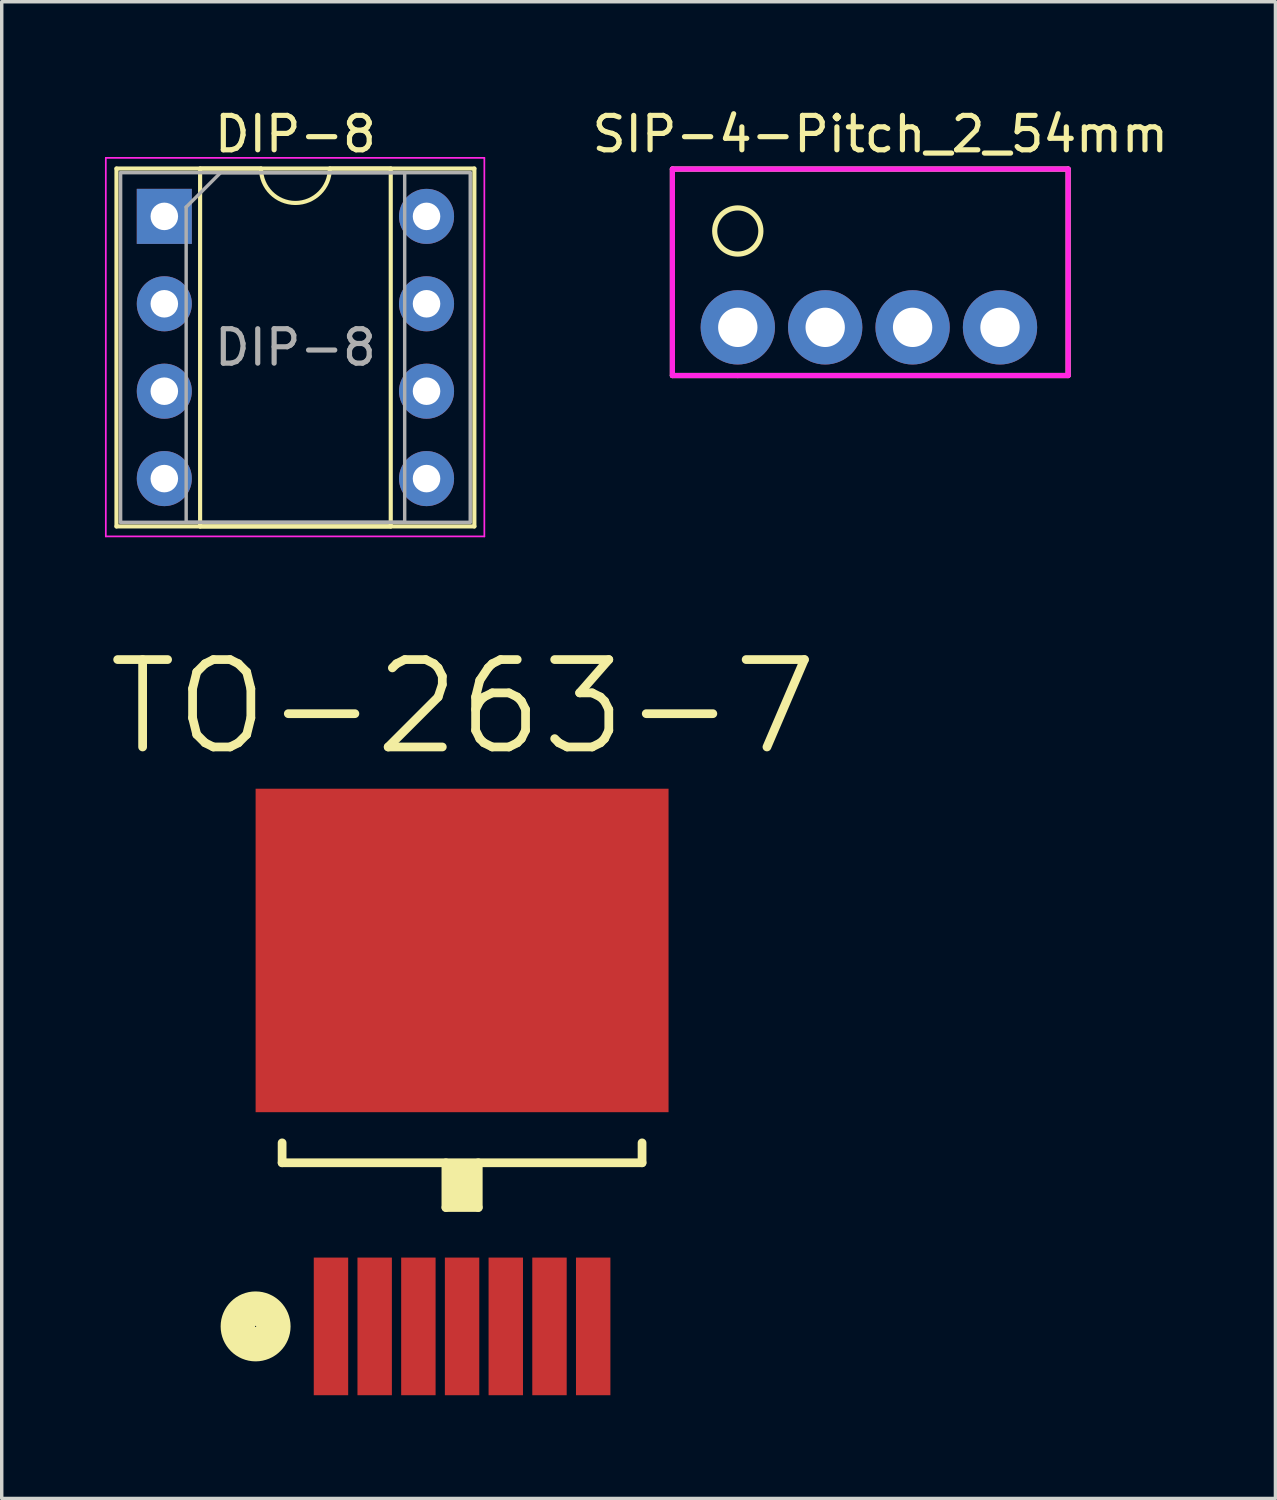
<source format=kicad_pcb>
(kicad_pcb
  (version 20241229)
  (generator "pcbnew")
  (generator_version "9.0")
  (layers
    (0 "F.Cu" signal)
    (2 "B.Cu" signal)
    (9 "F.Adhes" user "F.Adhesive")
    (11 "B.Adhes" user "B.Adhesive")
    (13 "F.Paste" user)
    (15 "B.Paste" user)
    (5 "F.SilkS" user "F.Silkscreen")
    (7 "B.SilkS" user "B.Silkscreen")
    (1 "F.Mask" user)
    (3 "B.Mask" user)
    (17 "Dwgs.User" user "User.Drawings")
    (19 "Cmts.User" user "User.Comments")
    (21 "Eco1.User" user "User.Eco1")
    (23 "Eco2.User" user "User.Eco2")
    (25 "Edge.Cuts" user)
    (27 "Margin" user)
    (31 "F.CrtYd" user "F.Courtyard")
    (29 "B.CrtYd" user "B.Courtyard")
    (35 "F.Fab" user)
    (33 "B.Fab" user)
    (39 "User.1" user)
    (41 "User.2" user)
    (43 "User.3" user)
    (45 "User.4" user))
  (footprint "SIP-4-Pitch_2_54mm"
    (layer "F.Cu")
    (at 18.39 6.463)
    (property "Reference" "SIP-4-Pitch_2_54mm" (at 4.142 -5.615 0) (layer "F.SilkS") (effects (font (size 1 1) (thickness 0.15))))
    (attr through_hole)
    (fp_line (start -1.9 -4.6) (end -1.9 1.4) (stroke (width 0.15) (type solid)) (layer "F.SilkS"))
    (fp_line (start -1.9 -4.6) (end 9.6 -4.6) (stroke (width 0.15) (type solid)) (layer "F.SilkS"))
    (fp_line (start 0 1.4) (end -1.9 1.4) (stroke (width 0.15) (type solid)) (layer "F.SilkS"))
    (fp_line (start 9.6 -4.6) (end 9.6 1.4) (stroke (width 0.15) (type solid)) (layer "F.SilkS"))
    (fp_line (start 9.6 1.4) (end 0 1.4) (stroke (width 0.15) (type solid)) (layer "F.SilkS"))
    (fp_circle (center 0 -2.8) (end 0.6 -2.5) (stroke (width 0.15) (type solid)) (fill no) (layer "F.SilkS"))
    (fp_line (start -1.9 -4.6) (end -1.9 1.4) (stroke (width 0.15) (type solid)) (layer "F.CrtYd"))
    (fp_line (start -1.9 1.4) (end 9.6 1.4) (stroke (width 0.15) (type solid)) (layer "F.CrtYd"))
    (fp_line (start 9.6 -4.6) (end -1.9 -4.6) (stroke (width 0.15) (type solid)) (layer "F.CrtYd"))
    (fp_line (start 9.6 1.4) (end 9.6 -4.6) (stroke (width 0.15) (type solid)) (layer "F.CrtYd"))
    (pad "1" thru_hole circle (at 0 0) (size 2.159 2.159) (drill 1.143) (layers "*.Cu" "*.Mask"))
    (pad "2" thru_hole circle (at 2.54 0) (size 2.159 2.159) (drill 1.143) (layers "*.Cu" "*.Mask"))
    (pad "3" thru_hole circle (at 5.08 0) (size 2.159 2.159) (drill 1.143) (layers "*.Cu" "*.Mask"))
    (pad "4" thru_hole circle (at 7.62 0) (size 2.159 2.159) (drill 1.143) (layers "*.Cu" "*.Mask")))
  (footprint "TO-263-7"
    (layer "F.Cu")
    (at 10.378 35.495)
    (property "Reference" "TO-263-7" (at 0.03 -18 0) (layer "F.SilkS") (effects (font (size 2.54 2.54) (thickness 0.254))))
    (attr through_hole)
    (fp_line (start -5.23 -4.755) (end -5.23 -5.334) (stroke (width 0.254) (type solid)) (layer "F.SilkS"))
    (fp_line (start -5.23 -4.755) (end 5.23 -4.755) (stroke (width 0.254) (type solid)) (layer "F.SilkS"))
    (fp_line (start -0.47 -4.755) (end -0.47 -3.455) (stroke (width 0.254) (type solid)) (layer "F.SilkS"))
    (fp_line (start -0.47 -3.455) (end 0.47 -3.455) (stroke (width 0.254) (type solid)) (layer "F.SilkS"))
    (fp_line (start -0.37 -4.46) (end 0.3 -4.48) (stroke (width 0.254) (type solid)) (layer "F.SilkS"))
    (fp_line (start -0.37 -3.61) (end 0.37 -3.6) (stroke (width 0.254) (type solid)) (layer "F.SilkS"))
    (fp_line (start -0.35 -4.15) (end 0.37 -4.15) (stroke (width 0.254) (type solid)) (layer "F.SilkS"))
    (fp_line (start -0.34 -3.96) (end 0.36 -3.99) (stroke (width 0.254) (type solid)) (layer "F.SilkS"))
    (fp_line (start -0.33 -4.58) (end 0.33 -4.59) (stroke (width 0.254) (type solid)) (layer "F.SilkS"))
    (fp_line (start -0.33 -4.3) (end 0.36 -4.31) (stroke (width 0.254) (type solid)) (layer "F.SilkS"))
    (fp_line (start -0.33 -3.76) (end 0.36 -3.81) (stroke (width 0.254) (type solid)) (layer "F.SilkS"))
    (fp_line (start 0.3 -4.48) (end -0.33 -4.58) (stroke (width 0.254) (type solid)) (layer "F.SilkS"))
    (fp_line (start 0.36 -4.31) (end -0.37 -4.46) (stroke (width 0.254) (type solid)) (layer "F.SilkS"))
    (fp_line (start 0.36 -3.99) (end -0.35 -4.15) (stroke (width 0.254) (type solid)) (layer "F.SilkS"))
    (fp_line (start 0.36 -3.81) (end -0.34 -3.96) (stroke (width 0.254) (type solid)) (layer "F.SilkS"))
    (fp_line (start 0.37 -4.15) (end -0.33 -4.3) (stroke (width 0.254) (type solid)) (layer "F.SilkS"))
    (fp_line (start 0.37 -3.6) (end -0.33 -3.76) (stroke (width 0.254) (type solid)) (layer "F.SilkS"))
    (fp_line (start 0.47 -4.755) (end 0.47 -3.455) (stroke (width 0.254) (type solid)) (layer "F.SilkS"))
    (fp_line (start 5.23 -4.755) (end 5.23 -5.334) (stroke (width 0.254) (type solid)) (layer "F.SilkS"))
    (fp_circle (center -6 0) (end -5.63 -0.36) (stroke (width 1) (type solid)) (fill no) (layer "F.SilkS"))
    (pad "1" smd rect (at -3.81 0) (size 1 4) (layers "F.Cu" "F.Mask" "F.Paste"))
    (pad "2" smd rect (at -2.54 0) (size 1 4) (layers "F.Cu" "F.Mask" "F.Paste"))
    (pad "3" smd rect (at -1.27 0) (size 1 4) (layers "F.Cu" "F.Mask" "F.Paste"))
    (pad "4" smd rect (at 0 0) (size 1 4) (layers "F.Cu" "F.Mask" "F.Paste"))
    (pad "5" smd rect (at 1.27 0) (size 1 4) (layers "F.Cu" "F.Mask" "F.Paste"))
    (pad "6" smd rect (at 2.54 0) (size 1 4) (layers "F.Cu" "F.Mask" "F.Paste"))
    (pad "7" smd rect (at 3.81 0) (size 1 4) (layers "F.Cu" "F.Mask" "F.Paste"))
    (pad "8" smd rect (at 0 -10.925) (size 12 9.4) (layers "F.Cu" "F.Mask" "F.Paste")))
  (footprint "DIP-8"
    (layer "F.Cu")
    (at 1.725 3.238)
    (property "Reference" "DIP-8" (at 3.81 -2.39 0) (layer "F.SilkS") (effects (font (size 1 1) (thickness 0.15))))
    (attr through_hole)
    (fp_line (start -1.39 -1.39) (end -1.39 9.01) (stroke (width 0.12) (type solid)) (layer "F.SilkS"))
    (fp_line (start -1.39 9.01) (end 9.01 9.01) (stroke (width 0.12) (type solid)) (layer "F.SilkS"))
    (fp_line (start 1.04 -1.39) (end 1.04 9.01) (stroke (width 0.12) (type solid)) (layer "F.SilkS"))
    (fp_line (start 1.04 9.01) (end 6.58 9.01) (stroke (width 0.12) (type solid)) (layer "F.SilkS"))
    (fp_line (start 2.81 -1.39) (end 1.04 -1.39) (stroke (width 0.12) (type solid)) (layer "F.SilkS"))
    (fp_line (start 6.58 -1.39) (end 4.81 -1.39) (stroke (width 0.12) (type solid)) (layer "F.SilkS"))
    (fp_line (start 6.58 9.01) (end 6.58 -1.39) (stroke (width 0.12) (type solid)) (layer "F.SilkS"))
    (fp_line (start 9.01 -1.39) (end -1.39 -1.39) (stroke (width 0.12) (type solid)) (layer "F.SilkS"))
    (fp_line (start 9.01 9.01) (end 9.01 -1.39) (stroke (width 0.12) (type solid)) (layer "F.SilkS"))
    (fp_arc (start 4.81 -1.39) (mid 3.81 -0.39) (end 2.81 -1.39) (stroke (width 0.12) (type solid)) (layer "F.SilkS"))
    (fp_line (start -1.7 -1.7) (end -1.7 9.3) (stroke (width 0.05) (type solid)) (layer "F.CrtYd"))
    (fp_line (start -1.7 9.3) (end 9.3 9.3) (stroke (width 0.05) (type solid)) (layer "F.CrtYd"))
    (fp_line (start 9.3 -1.7) (end -1.7 -1.7) (stroke (width 0.05) (type solid)) (layer "F.CrtYd"))
    (fp_line (start 9.3 9.3) (end 9.3 -1.7) (stroke (width 0.05) (type solid)) (layer "F.CrtYd"))
    (fp_line (start -1.27 -1.27) (end -1.27 8.89) (stroke (width 0.1) (type solid)) (layer "F.Fab"))
    (fp_line (start -1.27 8.89) (end 8.89 8.89) (stroke (width 0.1) (type solid)) (layer "F.Fab"))
    (fp_line (start 0.635 -0.27) (end 1.635 -1.27) (stroke (width 0.1) (type solid)) (layer "F.Fab"))
    (fp_line (start 0.635 8.89) (end 0.635 -0.27) (stroke (width 0.1) (type solid)) (layer "F.Fab"))
    (fp_line (start 1.635 -1.27) (end 6.985 -1.27) (stroke (width 0.1) (type solid)) (layer "F.Fab"))
    (fp_line (start 6.985 -1.27) (end 6.985 8.89) (stroke (width 0.1) (type solid)) (layer "F.Fab"))
    (fp_line (start 6.985 8.89) (end 0.635 8.89) (stroke (width 0.1) (type solid)) (layer "F.Fab"))
    (fp_line (start 8.89 -1.27) (end -1.27 -1.27) (stroke (width 0.1) (type solid)) (layer "F.Fab"))
    (fp_line (start 8.89 8.89) (end 8.89 -1.27) (stroke (width 0.1) (type solid)) (layer "F.Fab"))
    (fp_text user "${REFERENCE}" (at 3.81 3.81 0) (layer "F.Fab") (effects (font (size 1 1) (thickness 0.15))))
    (pad "1" thru_hole rect (at 0 0) (size 1.6 1.6) (drill 0.8) (layers "*.Cu" "*.Mask"))
    (pad "2" thru_hole oval (at 0 2.54) (size 1.6 1.6) (drill 0.8) (layers "*.Cu" "*.Mask"))
    (pad "3" thru_hole oval (at 0 5.08) (size 1.6 1.6) (drill 0.8) (layers "*.Cu" "*.Mask"))
    (pad "4" thru_hole oval (at 0 7.62) (size 1.6 1.6) (drill 0.8) (layers "*.Cu" "*.Mask"))
    (pad "5" thru_hole oval (at 7.62 7.62) (size 1.6 1.6) (drill 0.8) (layers "*.Cu" "*.Mask"))
    (pad "6" thru_hole oval (at 7.62 5.08) (size 1.6 1.6) (drill 0.8) (layers "*.Cu" "*.Mask"))
    (pad "7" thru_hole oval (at 7.62 2.54) (size 1.6 1.6) (drill 0.8) (layers "*.Cu" "*.Mask"))
    (pad "8" thru_hole oval (at 7.62 0) (size 1.6 1.6) (drill 0.8) (layers "*.Cu" "*.Mask")))
  (gr_rect
    (start -3 -3)
    (end 34.014 40.495)
    (stroke (width 0.1) (type default))
    (fill no)
    (layer "Edge.Cuts")))
</source>
